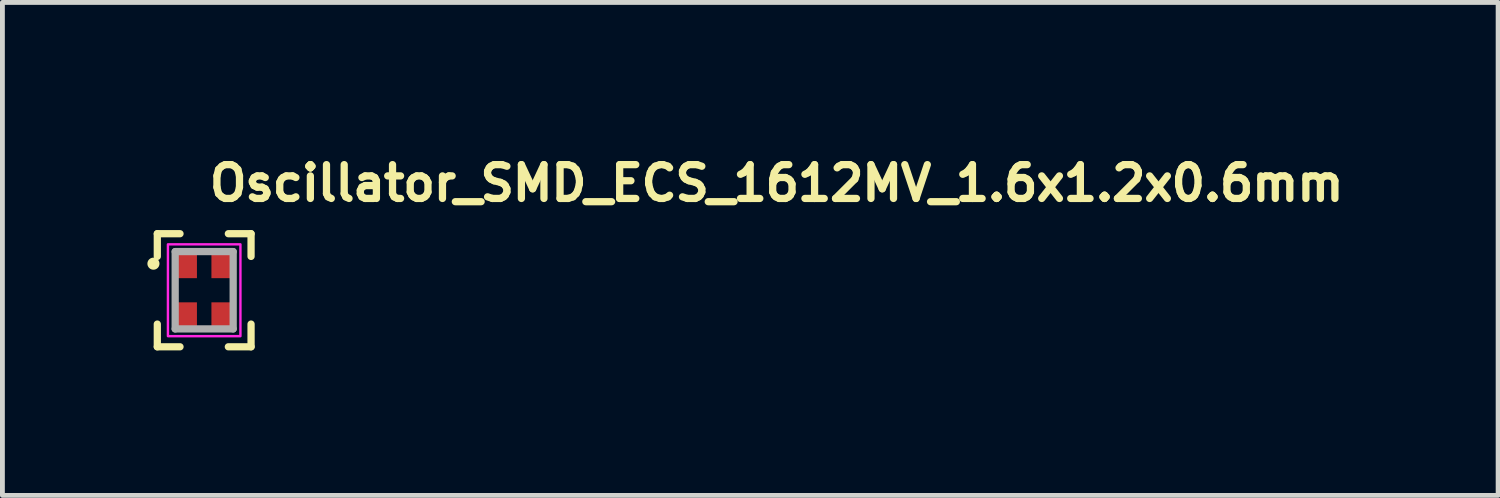
<source format=kicad_pcb>
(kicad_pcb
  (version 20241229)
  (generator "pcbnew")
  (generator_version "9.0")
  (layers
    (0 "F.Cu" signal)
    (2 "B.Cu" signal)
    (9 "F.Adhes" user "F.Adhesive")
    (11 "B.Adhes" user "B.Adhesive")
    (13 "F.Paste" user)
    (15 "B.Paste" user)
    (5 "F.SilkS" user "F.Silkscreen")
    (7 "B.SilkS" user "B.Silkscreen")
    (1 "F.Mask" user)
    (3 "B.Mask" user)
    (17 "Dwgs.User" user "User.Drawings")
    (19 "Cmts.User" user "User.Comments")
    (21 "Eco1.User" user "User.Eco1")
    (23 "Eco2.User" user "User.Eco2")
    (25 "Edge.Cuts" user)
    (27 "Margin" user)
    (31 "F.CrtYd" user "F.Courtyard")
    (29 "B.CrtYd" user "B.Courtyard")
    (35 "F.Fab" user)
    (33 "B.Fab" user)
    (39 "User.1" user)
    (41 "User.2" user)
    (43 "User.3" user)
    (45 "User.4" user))
  (footprint "Oscillator_SMD_ECS_1612MV_1.6x1.2x0.6mm"
    (layer "F.Cu")
    (at 1.175 2.956)
    (property "Reference" "Oscillator_SMD_ECS_1612MV_1.6x1.2x0.6mm" (at 0.032 -1.806 0) (layer "F.SilkS") (effects (font (size 0.7 0.7) (thickness 0.15)) (justify left bottom)))
    (attr smd)
    (fp_line (start -0.97 -1.17) (end -0.5 -1.17) (stroke (width 0.15) (type solid)) (layer "F.SilkS"))
    (fp_line (start -0.97 -0.7) (end -0.97 -1.17) (stroke (width 0.15) (type solid)) (layer "F.SilkS"))
    (fp_line (start -0.97 0.7) (end -0.97 1.17) (stroke (width 0.15) (type solid)) (layer "F.SilkS"))
    (fp_line (start -0.97 1.17) (end -0.5 1.17) (stroke (width 0.15) (type solid)) (layer "F.SilkS"))
    (fp_line (start 0.97 -1.17) (end 0.5 -1.17) (stroke (width 0.15) (type solid)) (layer "F.SilkS"))
    (fp_line (start 0.97 -0.7) (end 0.97 -1.17) (stroke (width 0.15) (type solid)) (layer "F.SilkS"))
    (fp_line (start 0.97 0.7) (end 0.97 1.17) (stroke (width 0.15) (type solid)) (layer "F.SilkS"))
    (fp_line (start 0.97 1.17) (end 0.5 1.17) (stroke (width 0.15) (type solid)) (layer "F.SilkS"))
    (fp_circle (center -1.05 -0.55) (end -1 -0.55) (stroke (width 0.15) (type solid)) (fill yes) (layer "F.SilkS"))
    (fp_rect (start -0.75 -0.95) (end 0.75 0.95) (stroke (width 0.05) (type solid)) (fill no) (layer "F.CrtYd"))
    (fp_line (start -0.6 -0.8) (end 0.6 -0.8) (stroke (width 0.15) (type solid)) (layer "F.Fab"))
    (fp_line (start -0.6 0.8) (end -0.6 -0.8) (stroke (width 0.15) (type solid)) (layer "F.Fab"))
    (fp_line (start 0.6 -0.8) (end 0.6 0.8) (stroke (width 0.15) (type solid)) (layer "F.Fab"))
    (fp_line (start 0.6 0.8) (end -0.6 0.8) (stroke (width 0.15) (type solid)) (layer "F.Fab"))
    (fp_rect (start -0.6 -0.8) (end 0.6 0.8) (stroke (width 0.1) (type solid)) (fill no) (layer "User.5"))
    (fp_line (start -0.6 0.8) (end -0.6 -0.8) (stroke (width 0.02) (type solid)) (layer "User.9"))
    (fp_line (start -0.55 -0.682) (end -0.549 -0.686) (stroke (width 0.02) (type solid)) (layer "User.9"))
    (fp_line (start -0.55 -0.679) (end -0.55 -0.682) (stroke (width 0.02) (type solid)) (layer "User.9"))
    (fp_line (start -0.55 -0.675) (end -0.55 -0.679) (stroke (width 0.02) (type solid)) (layer "User.9"))
    (fp_line (start -0.55 0.675) (end -0.55 -0.675) (stroke (width 0.02) (type solid)) (layer "User.9"))
    (fp_line (start -0.55 0.679) (end -0.55 0.675) (stroke (width 0.02) (type solid)) (layer "User.9"))
    (fp_line (start -0.55 0.682) (end -0.55 0.679) (stroke (width 0.02) (type solid)) (layer "User.9"))
    (fp_line (start -0.549 -0.69) (end -0.548 -0.693) (stroke (width 0.02) (type solid)) (layer "User.9"))
    (fp_line (start -0.549 -0.686) (end -0.549 -0.69) (stroke (width 0.02) (type solid)) (layer "User.9"))
    (fp_line (start -0.549 0.686) (end -0.55 0.682) (stroke (width 0.02) (type solid)) (layer "User.9"))
    (fp_line (start -0.549 0.69) (end -0.549 0.686) (stroke (width 0.02) (type solid)) (layer "User.9"))
    (fp_line (start -0.548 -0.693) (end -0.547 -0.697) (stroke (width 0.02) (type solid)) (layer "User.9"))
    (fp_line (start -0.548 0.693) (end -0.549 0.69) (stroke (width 0.02) (type solid)) (layer "User.9"))
    (fp_line (start -0.547 -0.697) (end -0.546 -0.7) (stroke (width 0.02) (type solid)) (layer "User.9"))
    (fp_line (start -0.547 0.697) (end -0.548 0.693) (stroke (width 0.02) (type solid)) (layer "User.9"))
    (fp_line (start -0.546 -0.7) (end -0.544 -0.704) (stroke (width 0.02) (type solid)) (layer "User.9"))
    (fp_line (start -0.546 0.7) (end -0.547 0.697) (stroke (width 0.02) (type solid)) (layer "User.9"))
    (fp_line (start -0.544 -0.704) (end -0.543 -0.707) (stroke (width 0.02) (type solid)) (layer "User.9"))
    (fp_line (start -0.544 0.704) (end -0.546 0.7) (stroke (width 0.02) (type solid)) (layer "User.9"))
    (fp_line (start -0.543 -0.707) (end -0.541 -0.71) (stroke (width 0.02) (type solid)) (layer "User.9"))
    (fp_line (start -0.543 0.707) (end -0.544 0.704) (stroke (width 0.02) (type solid)) (layer "User.9"))
    (fp_line (start -0.541 -0.71) (end -0.539 -0.714) (stroke (width 0.02) (type solid)) (layer "User.9"))
    (fp_line (start -0.541 0.71) (end -0.543 0.707) (stroke (width 0.02) (type solid)) (layer "User.9"))
    (fp_line (start -0.539 -0.714) (end -0.537 -0.717) (stroke (width 0.02) (type solid)) (layer "User.9"))
    (fp_line (start -0.539 0.714) (end -0.541 0.71) (stroke (width 0.02) (type solid)) (layer "User.9"))
    (fp_line (start -0.537 -0.717) (end -0.535 -0.72) (stroke (width 0.02) (type solid)) (layer "User.9"))
    (fp_line (start -0.537 0.717) (end -0.539 0.714) (stroke (width 0.02) (type solid)) (layer "User.9"))
    (fp_line (start -0.535 -0.72) (end -0.533 -0.723) (stroke (width 0.02) (type solid)) (layer "User.9"))
    (fp_line (start -0.535 0.72) (end -0.537 0.717) (stroke (width 0.02) (type solid)) (layer "User.9"))
    (fp_line (start -0.533 -0.723) (end -0.531 -0.725) (stroke (width 0.02) (type solid)) (layer "User.9"))
    (fp_line (start -0.533 0.723) (end -0.535 0.72) (stroke (width 0.02) (type solid)) (layer "User.9"))
    (fp_line (start -0.531 -0.725) (end -0.528 -0.728) (stroke (width 0.02) (type solid)) (layer "User.9"))
    (fp_line (start -0.531 0.725) (end -0.533 0.723) (stroke (width 0.02) (type solid)) (layer "User.9"))
    (fp_line (start -0.528 -0.728) (end -0.525 -0.731) (stroke (width 0.02) (type solid)) (layer "User.9"))
    (fp_line (start -0.528 0.728) (end -0.531 0.725) (stroke (width 0.02) (type solid)) (layer "User.9"))
    (fp_line (start -0.525 -0.731) (end -0.523 -0.733) (stroke (width 0.02) (type solid)) (layer "User.9"))
    (fp_line (start -0.525 0.731) (end -0.528 0.728) (stroke (width 0.02) (type solid)) (layer "User.9"))
    (fp_line (start -0.523 -0.733) (end -0.52 -0.735) (stroke (width 0.02) (type solid)) (layer "User.9"))
    (fp_line (start -0.523 0.733) (end -0.525 0.731) (stroke (width 0.02) (type solid)) (layer "User.9"))
    (fp_line (start -0.52 -0.735) (end -0.517 -0.737) (stroke (width 0.02) (type solid)) (layer "User.9"))
    (fp_line (start -0.52 0.735) (end -0.523 0.733) (stroke (width 0.02) (type solid)) (layer "User.9"))
    (fp_line (start -0.517 -0.737) (end -0.514 -0.739) (stroke (width 0.02) (type solid)) (layer "User.9"))
    (fp_line (start -0.517 0.737) (end -0.52 0.735) (stroke (width 0.02) (type solid)) (layer "User.9"))
    (fp_line (start -0.514 -0.739) (end -0.51 -0.741) (stroke (width 0.02) (type solid)) (layer "User.9"))
    (fp_line (start -0.514 0.739) (end -0.517 0.737) (stroke (width 0.02) (type solid)) (layer "User.9"))
    (fp_line (start -0.51 -0.741) (end -0.507 -0.743) (stroke (width 0.02) (type solid)) (layer "User.9"))
    (fp_line (start -0.51 0.741) (end -0.514 0.739) (stroke (width 0.02) (type solid)) (layer "User.9"))
    (fp_line (start -0.507 -0.743) (end -0.504 -0.744) (stroke (width 0.02) (type solid)) (layer "User.9"))
    (fp_line (start -0.507 0.743) (end -0.51 0.741) (stroke (width 0.02) (type solid)) (layer "User.9"))
    (fp_line (start -0.504 -0.744) (end -0.5 -0.746) (stroke (width 0.02) (type solid)) (layer "User.9"))
    (fp_line (start -0.504 0.744) (end -0.507 0.743) (stroke (width 0.02) (type solid)) (layer "User.9"))
    (fp_line (start -0.5 -0.746) (end -0.497 -0.747) (stroke (width 0.02) (type solid)) (layer "User.9"))
    (fp_line (start -0.5 0.746) (end -0.504 0.744) (stroke (width 0.02) (type solid)) (layer "User.9"))
    (fp_line (start -0.497 -0.747) (end -0.493 -0.748) (stroke (width 0.02) (type solid)) (layer "User.9"))
    (fp_line (start -0.497 0.747) (end -0.5 0.746) (stroke (width 0.02) (type solid)) (layer "User.9"))
    (fp_line (start -0.493 -0.748) (end -0.49 -0.749) (stroke (width 0.02) (type solid)) (layer "User.9"))
    (fp_line (start -0.493 0.748) (end -0.497 0.747) (stroke (width 0.02) (type solid)) (layer "User.9"))
    (fp_line (start -0.49 -0.749) (end -0.486 -0.749) (stroke (width 0.02) (type solid)) (layer "User.9"))
    (fp_line (start -0.49 0.749) (end -0.493 0.748) (stroke (width 0.02) (type solid)) (layer "User.9"))
    (fp_line (start -0.486 -0.749) (end -0.482 -0.75) (stroke (width 0.02) (type solid)) (layer "User.9"))
    (fp_line (start -0.486 0.749) (end -0.49 0.749) (stroke (width 0.02) (type solid)) (layer "User.9"))
    (fp_line (start -0.482 -0.75) (end -0.479 -0.75) (stroke (width 0.02) (type solid)) (layer "User.9"))
    (fp_line (start -0.482 0.75) (end -0.486 0.749) (stroke (width 0.02) (type solid)) (layer "User.9"))
    (fp_line (start -0.479 -0.75) (end -0.475 -0.75) (stroke (width 0.02) (type solid)) (layer "User.9"))
    (fp_line (start -0.479 0.75) (end -0.482 0.75) (stroke (width 0.02) (type solid)) (layer "User.9"))
    (fp_line (start -0.475 -0.75) (end 0.475 -0.75) (stroke (width 0.02) (type solid)) (layer "User.9"))
    (fp_line (start -0.475 -0.607) (end -0.475 -0.604) (stroke (width 0.02) (type solid)) (layer "User.9"))
    (fp_line (start -0.475 -0.607) (end -0.475 -0.604) (stroke (width 0.02) (type solid)) (layer "User.9"))
    (fp_line (start -0.475 -0.604) (end -0.475 -0.6) (stroke (width 0.02) (type solid)) (layer "User.9"))
    (fp_line (start -0.475 -0.604) (end -0.475 -0.6) (stroke (width 0.02) (type solid)) (layer "User.9"))
    (fp_line (start -0.475 -0.6) (end -0.475 0.6) (stroke (width 0.02) (type solid)) (layer "User.9"))
    (fp_line (start -0.475 -0.6) (end -0.475 0.6) (stroke (width 0.02) (type solid)) (layer "User.9"))
    (fp_line (start -0.475 0.6) (end -0.475 0.604) (stroke (width 0.02) (type solid)) (layer "User.9"))
    (fp_line (start -0.475 0.604) (end -0.475 0.6) (stroke (width 0.02) (type solid)) (layer "User.9"))
    (fp_line (start -0.475 0.604) (end -0.475 0.607) (stroke (width 0.02) (type solid)) (layer "User.9"))
    (fp_line (start -0.475 0.607) (end -0.475 0.604) (stroke (width 0.02) (type solid)) (layer "User.9"))
    (fp_line (start -0.475 0.607) (end -0.474 0.611) (stroke (width 0.02) (type solid)) (layer "User.9"))
    (fp_line (start -0.475 0.75) (end -0.479 0.75) (stroke (width 0.02) (type solid)) (layer "User.9"))
    (fp_line (start -0.474 -0.615) (end -0.474 -0.611) (stroke (width 0.02) (type solid)) (layer "User.9"))
    (fp_line (start -0.474 -0.615) (end -0.474 -0.611) (stroke (width 0.02) (type solid)) (layer "User.9"))
    (fp_line (start -0.474 -0.611) (end -0.475 -0.607) (stroke (width 0.02) (type solid)) (layer "User.9"))
    (fp_line (start -0.474 -0.611) (end -0.475 -0.607) (stroke (width 0.02) (type solid)) (layer "User.9"))
    (fp_line (start -0.474 0.611) (end -0.475 0.607) (stroke (width 0.02) (type solid)) (layer "User.9"))
    (fp_line (start -0.474 0.611) (end -0.474 0.615) (stroke (width 0.02) (type solid)) (layer "User.9"))
    (fp_line (start -0.474 0.615) (end -0.474 0.611) (stroke (width 0.02) (type solid)) (layer "User.9"))
    (fp_line (start -0.474 0.615) (end -0.473 0.618) (stroke (width 0.02) (type solid)) (layer "User.9"))
    (fp_line (start -0.473 -0.618) (end -0.474 -0.615) (stroke (width 0.02) (type solid)) (layer "User.9"))
    (fp_line (start -0.473 -0.618) (end -0.474 -0.615) (stroke (width 0.02) (type solid)) (layer "User.9"))
    (fp_line (start -0.473 0.618) (end -0.474 0.615) (stroke (width 0.02) (type solid)) (layer "User.9"))
    (fp_line (start -0.473 0.618) (end -0.472 0.622) (stroke (width 0.02) (type solid)) (layer "User.9"))
    (fp_line (start -0.472 -0.622) (end -0.473 -0.618) (stroke (width 0.02) (type solid)) (layer "User.9"))
    (fp_line (start -0.472 -0.622) (end -0.473 -0.618) (stroke (width 0.02) (type solid)) (layer "User.9"))
    (fp_line (start -0.472 0.622) (end -0.473 0.618) (stroke (width 0.02) (type solid)) (layer "User.9"))
    (fp_line (start -0.472 0.622) (end -0.471 0.625) (stroke (width 0.02) (type solid)) (layer "User.9"))
    (fp_line (start -0.471 -0.625) (end -0.472 -0.622) (stroke (width 0.02) (type solid)) (layer "User.9"))
    (fp_line (start -0.471 -0.625) (end -0.472 -0.622) (stroke (width 0.02) (type solid)) (layer "User.9"))
    (fp_line (start -0.471 0.625) (end -0.472 0.622) (stroke (width 0.02) (type solid)) (layer "User.9"))
    (fp_line (start -0.471 0.625) (end -0.469 0.629) (stroke (width 0.02) (type solid)) (layer "User.9"))
    (fp_line (start -0.469 -0.629) (end -0.471 -0.625) (stroke (width 0.02) (type solid)) (layer "User.9"))
    (fp_line (start -0.469 -0.629) (end -0.471 -0.625) (stroke (width 0.02) (type solid)) (layer "User.9"))
    (fp_line (start -0.469 0.629) (end -0.471 0.625) (stroke (width 0.02) (type solid)) (layer "User.9"))
    (fp_line (start -0.469 0.629) (end -0.468 0.632) (stroke (width 0.02) (type solid)) (layer "User.9"))
    (fp_line (start -0.468 -0.632) (end -0.469 -0.629) (stroke (width 0.02) (type solid)) (layer "User.9"))
    (fp_line (start -0.468 -0.632) (end -0.469 -0.629) (stroke (width 0.02) (type solid)) (layer "User.9"))
    (fp_line (start -0.468 0.632) (end -0.469 0.629) (stroke (width 0.02) (type solid)) (layer "User.9"))
    (fp_line (start -0.468 0.632) (end -0.466 0.635) (stroke (width 0.02) (type solid)) (layer "User.9"))
    (fp_line (start -0.466 -0.635) (end -0.468 -0.632) (stroke (width 0.02) (type solid)) (layer "User.9"))
    (fp_line (start -0.466 -0.635) (end -0.468 -0.632) (stroke (width 0.02) (type solid)) (layer "User.9"))
    (fp_line (start -0.466 0.635) (end -0.468 0.632) (stroke (width 0.02) (type solid)) (layer "User.9"))
    (fp_line (start -0.466 0.635) (end -0.464 0.639) (stroke (width 0.02) (type solid)) (layer "User.9"))
    (fp_line (start -0.464 -0.639) (end -0.466 -0.635) (stroke (width 0.02) (type solid)) (layer "User.9"))
    (fp_line (start -0.464 -0.639) (end -0.466 -0.635) (stroke (width 0.02) (type solid)) (layer "User.9"))
    (fp_line (start -0.464 0.639) (end -0.466 0.635) (stroke (width 0.02) (type solid)) (layer "User.9"))
    (fp_line (start -0.464 0.639) (end -0.462 0.642) (stroke (width 0.02) (type solid)) (layer "User.9"))
    (fp_line (start -0.462 -0.642) (end -0.464 -0.639) (stroke (width 0.02) (type solid)) (layer "User.9"))
    (fp_line (start -0.462 -0.642) (end -0.464 -0.639) (stroke (width 0.02) (type solid)) (layer "User.9"))
    (fp_line (start -0.462 0.642) (end -0.464 0.639) (stroke (width 0.02) (type solid)) (layer "User.9"))
    (fp_line (start -0.462 0.642) (end -0.46 0.645) (stroke (width 0.02) (type solid)) (layer "User.9"))
    (fp_line (start -0.46 -0.645) (end -0.462 -0.642) (stroke (width 0.02) (type solid)) (layer "User.9"))
    (fp_line (start -0.46 -0.645) (end -0.462 -0.642) (stroke (width 0.02) (type solid)) (layer "User.9"))
    (fp_line (start -0.46 0.645) (end -0.462 0.642) (stroke (width 0.02) (type solid)) (layer "User.9"))
    (fp_line (start -0.46 0.645) (end -0.458 0.648) (stroke (width 0.02) (type solid)) (layer "User.9"))
    (fp_line (start -0.458 -0.648) (end -0.46 -0.645) (stroke (width 0.02) (type solid)) (layer "User.9"))
    (fp_line (start -0.458 -0.648) (end -0.46 -0.645) (stroke (width 0.02) (type solid)) (layer "User.9"))
    (fp_line (start -0.458 0.648) (end -0.46 0.645) (stroke (width 0.02) (type solid)) (layer "User.9"))
    (fp_line (start -0.458 0.648) (end -0.456 0.65) (stroke (width 0.02) (type solid)) (layer "User.9"))
    (fp_line (start -0.456 -0.65) (end -0.458 -0.648) (stroke (width 0.02) (type solid)) (layer "User.9"))
    (fp_line (start -0.456 -0.65) (end -0.458 -0.648) (stroke (width 0.02) (type solid)) (layer "User.9"))
    (fp_line (start -0.456 0.65) (end -0.458 0.648) (stroke (width 0.02) (type solid)) (layer "User.9"))
    (fp_line (start -0.456 0.65) (end -0.453 0.653) (stroke (width 0.02) (type solid)) (layer "User.9"))
    (fp_line (start -0.453 -0.653) (end -0.456 -0.65) (stroke (width 0.02) (type solid)) (layer "User.9"))
    (fp_line (start -0.453 -0.653) (end -0.456 -0.65) (stroke (width 0.02) (type solid)) (layer "User.9"))
    (fp_line (start -0.453 0.653) (end -0.456 0.65) (stroke (width 0.02) (type solid)) (layer "User.9"))
    (fp_line (start -0.453 0.653) (end -0.45 0.656) (stroke (width 0.02) (type solid)) (layer "User.9"))
    (fp_line (start -0.45 -0.656) (end -0.453 -0.653) (stroke (width 0.02) (type solid)) (layer "User.9"))
    (fp_line (start -0.45 -0.656) (end -0.453 -0.653) (stroke (width 0.02) (type solid)) (layer "User.9"))
    (fp_line (start -0.45 0.656) (end -0.453 0.653) (stroke (width 0.02) (type solid)) (layer "User.9"))
    (fp_line (start -0.45 0.656) (end -0.448 0.658) (stroke (width 0.02) (type solid)) (layer "User.9"))
    (fp_line (start -0.448 -0.658) (end -0.45 -0.656) (stroke (width 0.02) (type solid)) (layer "User.9"))
    (fp_line (start -0.448 -0.658) (end -0.45 -0.656) (stroke (width 0.02) (type solid)) (layer "User.9"))
    (fp_line (start -0.448 0.658) (end -0.45 0.656) (stroke (width 0.02) (type solid)) (layer "User.9"))
    (fp_line (start -0.448 0.658) (end -0.445 0.66) (stroke (width 0.02) (type solid)) (layer "User.9"))
    (fp_line (start -0.445 -0.66) (end -0.448 -0.658) (stroke (width 0.02) (type solid)) (layer "User.9"))
    (fp_line (start -0.445 -0.66) (end -0.448 -0.658) (stroke (width 0.02) (type solid)) (layer "User.9"))
    (fp_line (start -0.445 0.66) (end -0.448 0.658) (stroke (width 0.02) (type solid)) (layer "User.9"))
    (fp_line (start -0.445 0.66) (end -0.442 0.662) (stroke (width 0.02) (type solid)) (layer "User.9"))
    (fp_line (start -0.442 -0.662) (end -0.445 -0.66) (stroke (width 0.02) (type solid)) (layer "User.9"))
    (fp_line (start -0.442 -0.662) (end -0.445 -0.66) (stroke (width 0.02) (type solid)) (layer "User.9"))
    (fp_line (start -0.442 0.662) (end -0.445 0.66) (stroke (width 0.02) (type solid)) (layer "User.9"))
    (fp_line (start -0.442 0.662) (end -0.439 0.664) (stroke (width 0.02) (type solid)) (layer "User.9"))
    (fp_line (start -0.439 -0.664) (end -0.442 -0.662) (stroke (width 0.02) (type solid)) (layer "User.9"))
    (fp_line (start -0.439 -0.664) (end -0.442 -0.662) (stroke (width 0.02) (type solid)) (layer "User.9"))
    (fp_line (start -0.439 0.664) (end -0.442 0.662) (stroke (width 0.02) (type solid)) (layer "User.9"))
    (fp_line (start -0.439 0.664) (end -0.435 0.666) (stroke (width 0.02) (type solid)) (layer "User.9"))
    (fp_line (start -0.435 -0.666) (end -0.439 -0.664) (stroke (width 0.02) (type solid)) (layer "User.9"))
    (fp_line (start -0.435 -0.666) (end -0.439 -0.664) (stroke (width 0.02) (type solid)) (layer "User.9"))
    (fp_line (start -0.435 0.666) (end -0.439 0.664) (stroke (width 0.02) (type solid)) (layer "User.9"))
    (fp_line (start -0.435 0.666) (end -0.432 0.668) (stroke (width 0.02) (type solid)) (layer "User.9"))
    (fp_line (start -0.432 -0.668) (end -0.435 -0.666) (stroke (width 0.02) (type solid)) (layer "User.9"))
    (fp_line (start -0.432 -0.668) (end -0.435 -0.666) (stroke (width 0.02) (type solid)) (layer "User.9"))
    (fp_line (start -0.432 0.668) (end -0.435 0.666) (stroke (width 0.02) (type solid)) (layer "User.9"))
    (fp_line (start -0.432 0.668) (end -0.429 0.669) (stroke (width 0.02) (type solid)) (layer "User.9"))
    (fp_line (start -0.429 -0.669) (end -0.432 -0.668) (stroke (width 0.02) (type solid)) (layer "User.9"))
    (fp_line (start -0.429 -0.669) (end -0.432 -0.668) (stroke (width 0.02) (type solid)) (layer "User.9"))
    (fp_line (start -0.429 0.669) (end -0.432 0.668) (stroke (width 0.02) (type solid)) (layer "User.9"))
    (fp_line (start -0.429 0.669) (end -0.425 0.671) (stroke (width 0.02) (type solid)) (layer "User.9"))
    (fp_line (start -0.425 -0.671) (end -0.429 -0.669) (stroke (width 0.02) (type solid)) (layer "User.9"))
    (fp_line (start -0.425 -0.671) (end -0.429 -0.669) (stroke (width 0.02) (type solid)) (layer "User.9"))
    (fp_line (start -0.425 0.671) (end -0.429 0.669) (stroke (width 0.02) (type solid)) (layer "User.9"))
    (fp_line (start -0.425 0.671) (end -0.422 0.672) (stroke (width 0.02) (type solid)) (layer "User.9"))
    (fp_line (start -0.422 -0.672) (end -0.425 -0.671) (stroke (width 0.02) (type solid)) (layer "User.9"))
    (fp_line (start -0.422 -0.672) (end -0.425 -0.671) (stroke (width 0.02) (type solid)) (layer "User.9"))
    (fp_line (start -0.422 0.672) (end -0.425 0.671) (stroke (width 0.02) (type solid)) (layer "User.9"))
    (fp_line (start -0.422 0.672) (end -0.418 0.673) (stroke (width 0.02) (type solid)) (layer "User.9"))
    (fp_line (start -0.418 -0.673) (end -0.422 -0.672) (stroke (width 0.02) (type solid)) (layer "User.9"))
    (fp_line (start -0.418 -0.673) (end -0.422 -0.672) (stroke (width 0.02) (type solid)) (layer "User.9"))
    (fp_line (start -0.418 0.673) (end -0.422 0.672) (stroke (width 0.02) (type solid)) (layer "User.9"))
    (fp_line (start -0.418 0.673) (end -0.415 0.674) (stroke (width 0.02) (type solid)) (layer "User.9"))
    (fp_line (start -0.415 -0.674) (end -0.418 -0.673) (stroke (width 0.02) (type solid)) (layer "User.9"))
    (fp_line (start -0.415 -0.674) (end -0.418 -0.673) (stroke (width 0.02) (type solid)) (layer "User.9"))
    (fp_line (start -0.415 0.674) (end -0.418 0.673) (stroke (width 0.02) (type solid)) (layer "User.9"))
    (fp_line (start -0.415 0.674) (end -0.411 0.674) (stroke (width 0.02) (type solid)) (layer "User.9"))
    (fp_line (start -0.411 -0.674) (end -0.415 -0.674) (stroke (width 0.02) (type solid)) (layer "User.9"))
    (fp_line (start -0.411 -0.674) (end -0.415 -0.674) (stroke (width 0.02) (type solid)) (layer "User.9"))
    (fp_line (start -0.411 0.674) (end -0.415 0.674) (stroke (width 0.02) (type solid)) (layer "User.9"))
    (fp_line (start -0.411 0.674) (end -0.407 0.675) (stroke (width 0.02) (type solid)) (layer "User.9"))
    (fp_line (start -0.407 -0.675) (end -0.411 -0.674) (stroke (width 0.02) (type solid)) (layer "User.9"))
    (fp_line (start -0.407 -0.675) (end -0.411 -0.674) (stroke (width 0.02) (type solid)) (layer "User.9"))
    (fp_line (start -0.407 0.675) (end -0.411 0.674) (stroke (width 0.02) (type solid)) (layer "User.9"))
    (fp_line (start -0.407 0.675) (end -0.404 0.675) (stroke (width 0.02) (type solid)) (layer "User.9"))
    (fp_line (start -0.404 -0.675) (end -0.407 -0.675) (stroke (width 0.02) (type solid)) (layer "User.9"))
    (fp_line (start -0.404 -0.675) (end -0.407 -0.675) (stroke (width 0.02) (type solid)) (layer "User.9"))
    (fp_line (start -0.404 0.675) (end -0.407 0.675) (stroke (width 0.02) (type solid)) (layer "User.9"))
    (fp_line (start -0.404 0.675) (end -0.4 0.675) (stroke (width 0.02) (type solid)) (layer "User.9"))
    (fp_line (start -0.4 -0.675) (end -0.404 -0.675) (stroke (width 0.02) (type solid)) (layer "User.9"))
    (fp_line (start -0.4 -0.675) (end -0.404 -0.675) (stroke (width 0.02) (type solid)) (layer "User.9"))
    (fp_line (start -0.4 0.675) (end -0.404 0.675) (stroke (width 0.02) (type solid)) (layer "User.9"))
    (fp_line (start -0.4 0.675) (end 0.4 0.675) (stroke (width 0.02) (type solid)) (layer "User.9"))
    (fp_line (start 0.4 -0.675) (end -0.4 -0.675) (stroke (width 0.02) (type solid)) (layer "User.9"))
    (fp_line (start 0.4 -0.675) (end -0.4 -0.675) (stroke (width 0.02) (type solid)) (layer "User.9"))
    (fp_line (start 0.4 -0.675) (end 0.404 -0.675) (stroke (width 0.02) (type solid)) (layer "User.9"))
    (fp_line (start 0.4 0.675) (end -0.4 0.675) (stroke (width 0.02) (type solid)) (layer "User.9"))
    (fp_line (start 0.4 0.675) (end 0.404 0.675) (stroke (width 0.02) (type solid)) (layer "User.9"))
    (fp_line (start 0.404 -0.675) (end 0.4 -0.675) (stroke (width 0.02) (type solid)) (layer "User.9"))
    (fp_line (start 0.404 -0.675) (end 0.407 -0.675) (stroke (width 0.02) (type solid)) (layer "User.9"))
    (fp_line (start 0.404 0.675) (end 0.4 0.675) (stroke (width 0.02) (type solid)) (layer "User.9"))
    (fp_line (start 0.404 0.675) (end 0.407 0.675) (stroke (width 0.02) (type solid)) (layer "User.9"))
    (fp_line (start 0.407 -0.675) (end 0.404 -0.675) (stroke (width 0.02) (type solid)) (layer "User.9"))
    (fp_line (start 0.407 -0.675) (end 0.411 -0.674) (stroke (width 0.02) (type solid)) (layer "User.9"))
    (fp_line (start 0.407 0.675) (end 0.404 0.675) (stroke (width 0.02) (type solid)) (layer "User.9"))
    (fp_line (start 0.407 0.675) (end 0.411 0.674) (stroke (width 0.02) (type solid)) (layer "User.9"))
    (fp_line (start 0.411 -0.674) (end 0.407 -0.675) (stroke (width 0.02) (type solid)) (layer "User.9"))
    (fp_line (start 0.411 -0.674) (end 0.415 -0.674) (stroke (width 0.02) (type solid)) (layer "User.9"))
    (fp_line (start 0.411 0.674) (end 0.407 0.675) (stroke (width 0.02) (type solid)) (layer "User.9"))
    (fp_line (start 0.411 0.674) (end 0.415 0.674) (stroke (width 0.02) (type solid)) (layer "User.9"))
    (fp_line (start 0.415 -0.674) (end 0.411 -0.674) (stroke (width 0.02) (type solid)) (layer "User.9"))
    (fp_line (start 0.415 -0.674) (end 0.418 -0.673) (stroke (width 0.02) (type solid)) (layer "User.9"))
    (fp_line (start 0.415 0.674) (end 0.411 0.674) (stroke (width 0.02) (type solid)) (layer "User.9"))
    (fp_line (start 0.415 0.674) (end 0.418 0.673) (stroke (width 0.02) (type solid)) (layer "User.9"))
    (fp_line (start 0.418 -0.673) (end 0.415 -0.674) (stroke (width 0.02) (type solid)) (layer "User.9"))
    (fp_line (start 0.418 -0.673) (end 0.422 -0.672) (stroke (width 0.02) (type solid)) (layer "User.9"))
    (fp_line (start 0.418 0.673) (end 0.415 0.674) (stroke (width 0.02) (type solid)) (layer "User.9"))
    (fp_line (start 0.418 0.673) (end 0.422 0.672) (stroke (width 0.02) (type solid)) (layer "User.9"))
    (fp_line (start 0.422 -0.672) (end 0.418 -0.673) (stroke (width 0.02) (type solid)) (layer "User.9"))
    (fp_line (start 0.422 -0.672) (end 0.425 -0.671) (stroke (width 0.02) (type solid)) (layer "User.9"))
    (fp_line (start 0.422 0.672) (end 0.418 0.673) (stroke (width 0.02) (type solid)) (layer "User.9"))
    (fp_line (start 0.422 0.672) (end 0.425 0.671) (stroke (width 0.02) (type solid)) (layer "User.9"))
    (fp_line (start 0.425 -0.671) (end 0.422 -0.672) (stroke (width 0.02) (type solid)) (layer "User.9"))
    (fp_line (start 0.425 -0.671) (end 0.429 -0.669) (stroke (width 0.02) (type solid)) (layer "User.9"))
    (fp_line (start 0.425 0.671) (end 0.422 0.672) (stroke (width 0.02) (type solid)) (layer "User.9"))
    (fp_line (start 0.425 0.671) (end 0.429 0.669) (stroke (width 0.02) (type solid)) (layer "User.9"))
    (fp_line (start 0.429 -0.669) (end 0.425 -0.671) (stroke (width 0.02) (type solid)) (layer "User.9"))
    (fp_line (start 0.429 -0.669) (end 0.432 -0.668) (stroke (width 0.02) (type solid)) (layer "User.9"))
    (fp_line (start 0.429 0.669) (end 0.425 0.671) (stroke (width 0.02) (type solid)) (layer "User.9"))
    (fp_line (start 0.429 0.669) (end 0.432 0.668) (stroke (width 0.02) (type solid)) (layer "User.9"))
    (fp_line (start 0.432 -0.668) (end 0.429 -0.669) (stroke (width 0.02) (type solid)) (layer "User.9"))
    (fp_line (start 0.432 -0.668) (end 0.435 -0.666) (stroke (width 0.02) (type solid)) (layer "User.9"))
    (fp_line (start 0.432 0.668) (end 0.429 0.669) (stroke (width 0.02) (type solid)) (layer "User.9"))
    (fp_line (start 0.432 0.668) (end 0.435 0.666) (stroke (width 0.02) (type solid)) (layer "User.9"))
    (fp_line (start 0.435 -0.666) (end 0.432 -0.668) (stroke (width 0.02) (type solid)) (layer "User.9"))
    (fp_line (start 0.435 -0.666) (end 0.439 -0.664) (stroke (width 0.02) (type solid)) (layer "User.9"))
    (fp_line (start 0.435 0.666) (end 0.432 0.668) (stroke (width 0.02) (type solid)) (layer "User.9"))
    (fp_line (start 0.435 0.666) (end 0.439 0.664) (stroke (width 0.02) (type solid)) (layer "User.9"))
    (fp_line (start 0.439 -0.664) (end 0.435 -0.666) (stroke (width 0.02) (type solid)) (layer "User.9"))
    (fp_line (start 0.439 -0.664) (end 0.442 -0.662) (stroke (width 0.02) (type solid)) (layer "User.9"))
    (fp_line (start 0.439 0.664) (end 0.435 0.666) (stroke (width 0.02) (type solid)) (layer "User.9"))
    (fp_line (start 0.439 0.664) (end 0.442 0.662) (stroke (width 0.02) (type solid)) (layer "User.9"))
    (fp_line (start 0.442 -0.662) (end 0.439 -0.664) (stroke (width 0.02) (type solid)) (layer "User.9"))
    (fp_line (start 0.442 -0.662) (end 0.445 -0.66) (stroke (width 0.02) (type solid)) (layer "User.9"))
    (fp_line (start 0.442 0.662) (end 0.439 0.664) (stroke (width 0.02) (type solid)) (layer "User.9"))
    (fp_line (start 0.442 0.662) (end 0.445 0.66) (stroke (width 0.02) (type solid)) (layer "User.9"))
    (fp_line (start 0.445 -0.66) (end 0.442 -0.662) (stroke (width 0.02) (type solid)) (layer "User.9"))
    (fp_line (start 0.445 -0.66) (end 0.448 -0.658) (stroke (width 0.02) (type solid)) (layer "User.9"))
    (fp_line (start 0.445 0.66) (end 0.442 0.662) (stroke (width 0.02) (type solid)) (layer "User.9"))
    (fp_line (start 0.445 0.66) (end 0.448 0.658) (stroke (width 0.02) (type solid)) (layer "User.9"))
    (fp_line (start 0.448 -0.658) (end 0.445 -0.66) (stroke (width 0.02) (type solid)) (layer "User.9"))
    (fp_line (start 0.448 -0.658) (end 0.45 -0.656) (stroke (width 0.02) (type solid)) (layer "User.9"))
    (fp_line (start 0.448 0.658) (end 0.445 0.66) (stroke (width 0.02) (type solid)) (layer "User.9"))
    (fp_line (start 0.448 0.658) (end 0.45 0.656) (stroke (width 0.02) (type solid)) (layer "User.9"))
    (fp_line (start 0.45 -0.656) (end 0.448 -0.658) (stroke (width 0.02) (type solid)) (layer "User.9"))
    (fp_line (start 0.45 -0.656) (end 0.453 -0.653) (stroke (width 0.02) (type solid)) (layer "User.9"))
    (fp_line (start 0.45 0.656) (end 0.448 0.658) (stroke (width 0.02) (type solid)) (layer "User.9"))
    (fp_line (start 0.45 0.656) (end 0.453 0.653) (stroke (width 0.02) (type solid)) (layer "User.9"))
    (fp_line (start 0.453 -0.653) (end 0.45 -0.656) (stroke (width 0.02) (type solid)) (layer "User.9"))
    (fp_line (start 0.453 -0.653) (end 0.456 -0.65) (stroke (width 0.02) (type solid)) (layer "User.9"))
    (fp_line (start 0.453 0.653) (end 0.45 0.656) (stroke (width 0.02) (type solid)) (layer "User.9"))
    (fp_line (start 0.453 0.653) (end 0.456 0.65) (stroke (width 0.02) (type solid)) (layer "User.9"))
    (fp_line (start 0.456 -0.65) (end 0.453 -0.653) (stroke (width 0.02) (type solid)) (layer "User.9"))
    (fp_line (start 0.456 -0.65) (end 0.458 -0.648) (stroke (width 0.02) (type solid)) (layer "User.9"))
    (fp_line (start 0.456 0.65) (end 0.453 0.653) (stroke (width 0.02) (type solid)) (layer "User.9"))
    (fp_line (start 0.456 0.65) (end 0.458 0.648) (stroke (width 0.02) (type solid)) (layer "User.9"))
    (fp_line (start 0.458 -0.648) (end 0.456 -0.65) (stroke (width 0.02) (type solid)) (layer "User.9"))
    (fp_line (start 0.458 -0.648) (end 0.46 -0.645) (stroke (width 0.02) (type solid)) (layer "User.9"))
    (fp_line (start 0.458 0.648) (end 0.456 0.65) (stroke (width 0.02) (type solid)) (layer "User.9"))
    (fp_line (start 0.458 0.648) (end 0.46 0.645) (stroke (width 0.02) (type solid)) (layer "User.9"))
    (fp_line (start 0.46 -0.645) (end 0.458 -0.648) (stroke (width 0.02) (type solid)) (layer "User.9"))
    (fp_line (start 0.46 -0.645) (end 0.462 -0.642) (stroke (width 0.02) (type solid)) (layer "User.9"))
    (fp_line (start 0.46 0.645) (end 0.458 0.648) (stroke (width 0.02) (type solid)) (layer "User.9"))
    (fp_line (start 0.46 0.645) (end 0.462 0.642) (stroke (width 0.02) (type solid)) (layer "User.9"))
    (fp_line (start 0.462 -0.642) (end 0.46 -0.645) (stroke (width 0.02) (type solid)) (layer "User.9"))
    (fp_line (start 0.462 -0.642) (end 0.464 -0.639) (stroke (width 0.02) (type solid)) (layer "User.9"))
    (fp_line (start 0.462 0.642) (end 0.46 0.645) (stroke (width 0.02) (type solid)) (layer "User.9"))
    (fp_line (start 0.462 0.642) (end 0.464 0.639) (stroke (width 0.02) (type solid)) (layer "User.9"))
    (fp_line (start 0.464 -0.639) (end 0.462 -0.642) (stroke (width 0.02) (type solid)) (layer "User.9"))
    (fp_line (start 0.464 -0.639) (end 0.466 -0.635) (stroke (width 0.02) (type solid)) (layer "User.9"))
    (fp_line (start 0.464 0.639) (end 0.462 0.642) (stroke (width 0.02) (type solid)) (layer "User.9"))
    (fp_line (start 0.464 0.639) (end 0.466 0.635) (stroke (width 0.02) (type solid)) (layer "User.9"))
    (fp_line (start 0.466 -0.635) (end 0.464 -0.639) (stroke (width 0.02) (type solid)) (layer "User.9"))
    (fp_line (start 0.466 -0.635) (end 0.468 -0.632) (stroke (width 0.02) (type solid)) (layer "User.9"))
    (fp_line (start 0.466 0.635) (end 0.464 0.639) (stroke (width 0.02) (type solid)) (layer "User.9"))
    (fp_line (start 0.466 0.635) (end 0.468 0.632) (stroke (width 0.02) (type solid)) (layer "User.9"))
    (fp_line (start 0.468 -0.632) (end 0.466 -0.635) (stroke (width 0.02) (type solid)) (layer "User.9"))
    (fp_line (start 0.468 -0.632) (end 0.469 -0.629) (stroke (width 0.02) (type solid)) (layer "User.9"))
    (fp_line (start 0.468 0.632) (end 0.466 0.635) (stroke (width 0.02) (type solid)) (layer "User.9"))
    (fp_line (start 0.468 0.632) (end 0.469 0.629) (stroke (width 0.02) (type solid)) (layer "User.9"))
    (fp_line (start 0.469 -0.629) (end 0.468 -0.632) (stroke (width 0.02) (type solid)) (layer "User.9"))
    (fp_line (start 0.469 -0.629) (end 0.471 -0.625) (stroke (width 0.02) (type solid)) (layer "User.9"))
    (fp_line (start 0.469 0.629) (end 0.468 0.632) (stroke (width 0.02) (type solid)) (layer "User.9"))
    (fp_line (start 0.469 0.629) (end 0.471 0.625) (stroke (width 0.02) (type solid)) (layer "User.9"))
    (fp_line (start 0.471 -0.625) (end 0.469 -0.629) (stroke (width 0.02) (type solid)) (layer "User.9"))
    (fp_line (start 0.471 -0.625) (end 0.472 -0.622) (stroke (width 0.02) (type solid)) (layer "User.9"))
    (fp_line (start 0.471 0.625) (end 0.469 0.629) (stroke (width 0.02) (type solid)) (layer "User.9"))
    (fp_line (start 0.471 0.625) (end 0.472 0.622) (stroke (width 0.02) (type solid)) (layer "User.9"))
    (fp_line (start 0.472 -0.622) (end 0.471 -0.625) (stroke (width 0.02) (type solid)) (layer "User.9"))
    (fp_line (start 0.472 -0.622) (end 0.473 -0.618) (stroke (width 0.02) (type solid)) (layer "User.9"))
    (fp_line (start 0.472 0.622) (end 0.471 0.625) (stroke (width 0.02) (type solid)) (layer "User.9"))
    (fp_line (start 0.472 0.622) (end 0.473 0.618) (stroke (width 0.02) (type solid)) (layer "User.9"))
    (fp_line (start 0.473 -0.618) (end 0.472 -0.622) (stroke (width 0.02) (type solid)) (layer "User.9"))
    (fp_line (start 0.473 -0.618) (end 0.474 -0.615) (stroke (width 0.02) (type solid)) (layer "User.9"))
    (fp_line (start 0.473 0.618) (end 0.472 0.622) (stroke (width 0.02) (type solid)) (layer "User.9"))
    (fp_line (start 0.473 0.618) (end 0.474 0.615) (stroke (width 0.02) (type solid)) (layer "User.9"))
    (fp_line (start 0.474 -0.615) (end 0.473 -0.618) (stroke (width 0.02) (type solid)) (layer "User.9"))
    (fp_line (start 0.474 -0.615) (end 0.474 -0.611) (stroke (width 0.02) (type solid)) (layer "User.9"))
    (fp_line (start 0.474 -0.611) (end 0.474 -0.615) (stroke (width 0.02) (type solid)) (layer "User.9"))
    (fp_line (start 0.474 -0.611) (end 0.475 -0.607) (stroke (width 0.02) (type solid)) (layer "User.9"))
    (fp_line (start 0.474 0.611) (end 0.474 0.615) (stroke (width 0.02) (type solid)) (layer "User.9"))
    (fp_line (start 0.474 0.611) (end 0.475 0.607) (stroke (width 0.02) (type solid)) (layer "User.9"))
    (fp_line (start 0.474 0.615) (end 0.473 0.618) (stroke (width 0.02) (type solid)) (layer "User.9"))
    (fp_line (start 0.474 0.615) (end 0.474 0.611) (stroke (width 0.02) (type solid)) (layer "User.9"))
    (fp_line (start 0.475 -0.75) (end 0.479 -0.75) (stroke (width 0.02) (type solid)) (layer "User.9"))
    (fp_line (start 0.475 -0.607) (end 0.474 -0.611) (stroke (width 0.02) (type solid)) (layer "User.9"))
    (fp_line (start 0.475 -0.607) (end 0.475 -0.604) (stroke (width 0.02) (type solid)) (layer "User.9"))
    (fp_line (start 0.475 -0.604) (end 0.475 -0.607) (stroke (width 0.02) (type solid)) (layer "User.9"))
    (fp_line (start 0.475 -0.604) (end 0.475 -0.6) (stroke (width 0.02) (type solid)) (layer "User.9"))
    (fp_line (start 0.475 -0.6) (end 0.475 -0.604) (stroke (width 0.02) (type solid)) (layer "User.9"))
    (fp_line (start 0.475 -0.6) (end 0.475 0.6) (stroke (width 0.02) (type solid)) (layer "User.9"))
    (fp_line (start 0.475 0.6) (end 0.475 -0.6) (stroke (width 0.02) (type solid)) (layer "User.9"))
    (fp_line (start 0.475 0.6) (end 0.475 0.604) (stroke (width 0.02) (type solid)) (layer "User.9"))
    (fp_line (start 0.475 0.604) (end 0.475 0.6) (stroke (width 0.02) (type solid)) (layer "User.9"))
    (fp_line (start 0.475 0.604) (end 0.475 0.607) (stroke (width 0.02) (type solid)) (layer "User.9"))
    (fp_line (start 0.475 0.607) (end 0.474 0.611) (stroke (width 0.02) (type solid)) (layer "User.9"))
    (fp_line (start 0.475 0.607) (end 0.475 0.604) (stroke (width 0.02) (type solid)) (layer "User.9"))
    (fp_line (start 0.475 0.75) (end -0.475 0.75) (stroke (width 0.02) (type solid)) (layer "User.9"))
    (fp_line (start 0.479 -0.75) (end 0.482 -0.75) (stroke (width 0.02) (type solid)) (layer "User.9"))
    (fp_line (start 0.479 0.75) (end 0.475 0.75) (stroke (width 0.02) (type solid)) (layer "User.9"))
    (fp_line (start 0.482 -0.75) (end 0.486 -0.749) (stroke (width 0.02) (type solid)) (layer "User.9"))
    (fp_line (start 0.482 0.75) (end 0.479 0.75) (stroke (width 0.02) (type solid)) (layer "User.9"))
    (fp_line (start 0.486 -0.749) (end 0.49 -0.749) (stroke (width 0.02) (type solid)) (layer "User.9"))
    (fp_line (start 0.486 0.749) (end 0.482 0.75) (stroke (width 0.02) (type solid)) (layer "User.9"))
    (fp_line (start 0.49 -0.749) (end 0.493 -0.748) (stroke (width 0.02) (type solid)) (layer "User.9"))
    (fp_line (start 0.49 0.749) (end 0.486 0.749) (stroke (width 0.02) (type solid)) (layer "User.9"))
    (fp_line (start 0.493 -0.748) (end 0.497 -0.747) (stroke (width 0.02) (type solid)) (layer "User.9"))
    (fp_line (start 0.493 0.748) (end 0.49 0.749) (stroke (width 0.02) (type solid)) (layer "User.9"))
    (fp_line (start 0.497 -0.747) (end 0.5 -0.746) (stroke (width 0.02) (type solid)) (layer "User.9"))
    (fp_line (start 0.497 0.747) (end 0.493 0.748) (stroke (width 0.02) (type solid)) (layer "User.9"))
    (fp_line (start 0.5 -0.746) (end 0.504 -0.744) (stroke (width 0.02) (type solid)) (layer "User.9"))
    (fp_line (start 0.5 0.746) (end 0.497 0.747) (stroke (width 0.02) (type solid)) (layer "User.9"))
    (fp_line (start 0.504 -0.744) (end 0.507 -0.743) (stroke (width 0.02) (type solid)) (layer "User.9"))
    (fp_line (start 0.504 0.744) (end 0.5 0.746) (stroke (width 0.02) (type solid)) (layer "User.9"))
    (fp_line (start 0.507 -0.743) (end 0.51 -0.741) (stroke (width 0.02) (type solid)) (layer "User.9"))
    (fp_line (start 0.507 0.743) (end 0.504 0.744) (stroke (width 0.02) (type solid)) (layer "User.9"))
    (fp_line (start 0.51 -0.741) (end 0.514 -0.739) (stroke (width 0.02) (type solid)) (layer "User.9"))
    (fp_line (start 0.51 0.741) (end 0.507 0.743) (stroke (width 0.02) (type solid)) (layer "User.9"))
    (fp_line (start 0.514 -0.739) (end 0.517 -0.737) (stroke (width 0.02) (type solid)) (layer "User.9"))
    (fp_line (start 0.514 0.739) (end 0.51 0.741) (stroke (width 0.02) (type solid)) (layer "User.9"))
    (fp_line (start 0.517 -0.737) (end 0.52 -0.735) (stroke (width 0.02) (type solid)) (layer "User.9"))
    (fp_line (start 0.517 0.737) (end 0.514 0.739) (stroke (width 0.02) (type solid)) (layer "User.9"))
    (fp_line (start 0.52 -0.735) (end 0.523 -0.733) (stroke (width 0.02) (type solid)) (layer "User.9"))
    (fp_line (start 0.52 0.735) (end 0.517 0.737) (stroke (width 0.02) (type solid)) (layer "User.9"))
    (fp_line (start 0.523 -0.733) (end 0.525 -0.731) (stroke (width 0.02) (type solid)) (layer "User.9"))
    (fp_line (start 0.523 0.733) (end 0.52 0.735) (stroke (width 0.02) (type solid)) (layer "User.9"))
    (fp_line (start 0.525 -0.731) (end 0.528 -0.728) (stroke (width 0.02) (type solid)) (layer "User.9"))
    (fp_line (start 0.525 0.731) (end 0.523 0.733) (stroke (width 0.02) (type solid)) (layer "User.9"))
    (fp_line (start 0.528 -0.728) (end 0.531 -0.725) (stroke (width 0.02) (type solid)) (layer "User.9"))
    (fp_line (start 0.528 0.728) (end 0.525 0.731) (stroke (width 0.02) (type solid)) (layer "User.9"))
    (fp_line (start 0.531 -0.725) (end 0.533 -0.723) (stroke (width 0.02) (type solid)) (layer "User.9"))
    (fp_line (start 0.531 0.725) (end 0.528 0.728) (stroke (width 0.02) (type solid)) (layer "User.9"))
    (fp_line (start 0.533 -0.723) (end 0.535 -0.72) (stroke (width 0.02) (type solid)) (layer "User.9"))
    (fp_line (start 0.533 0.723) (end 0.531 0.725) (stroke (width 0.02) (type solid)) (layer "User.9"))
    (fp_line (start 0.535 -0.72) (end 0.537 -0.717) (stroke (width 0.02) (type solid)) (layer "User.9"))
    (fp_line (start 0.535 0.72) (end 0.533 0.723) (stroke (width 0.02) (type solid)) (layer "User.9"))
    (fp_line (start 0.537 -0.717) (end 0.539 -0.714) (stroke (width 0.02) (type solid)) (layer "User.9"))
    (fp_line (start 0.537 0.717) (end 0.535 0.72) (stroke (width 0.02) (type solid)) (layer "User.9"))
    (fp_line (start 0.539 -0.714) (end 0.541 -0.71) (stroke (width 0.02) (type solid)) (layer "User.9"))
    (fp_line (start 0.539 0.714) (end 0.537 0.717) (stroke (width 0.02) (type solid)) (layer "User.9"))
    (fp_line (start 0.541 -0.71) (end 0.543 -0.707) (stroke (width 0.02) (type solid)) (layer "User.9"))
    (fp_line (start 0.541 0.71) (end 0.539 0.714) (stroke (width 0.02) (type solid)) (layer "User.9"))
    (fp_line (start 0.543 -0.707) (end 0.544 -0.704) (stroke (width 0.02) (type solid)) (layer "User.9"))
    (fp_line (start 0.543 0.707) (end 0.541 0.71) (stroke (width 0.02) (type solid)) (layer "User.9"))
    (fp_line (start 0.544 -0.704) (end 0.546 -0.7) (stroke (width 0.02) (type solid)) (layer "User.9"))
    (fp_line (start 0.544 0.704) (end 0.543 0.707) (stroke (width 0.02) (type solid)) (layer "User.9"))
    (fp_line (start 0.546 -0.7) (end 0.547 -0.697) (stroke (width 0.02) (type solid)) (layer "User.9"))
    (fp_line (start 0.546 0.7) (end 0.544 0.704) (stroke (width 0.02) (type solid)) (layer "User.9"))
    (fp_line (start 0.547 -0.697) (end 0.548 -0.693) (stroke (width 0.02) (type solid)) (layer "User.9"))
    (fp_line (start 0.547 0.697) (end 0.546 0.7) (stroke (width 0.02) (type solid)) (layer "User.9"))
    (fp_line (start 0.548 -0.693) (end 0.549 -0.69) (stroke (width 0.02) (type solid)) (layer "User.9"))
    (fp_line (start 0.548 0.693) (end 0.547 0.697) (stroke (width 0.02) (type solid)) (layer "User.9"))
    (fp_line (start 0.549 -0.69) (end 0.549 -0.686) (stroke (width 0.02) (type solid)) (layer "User.9"))
    (fp_line (start 0.549 -0.686) (end 0.55 -0.682) (stroke (width 0.02) (type solid)) (layer "User.9"))
    (fp_line (start 0.549 0.686) (end 0.549 0.69) (stroke (width 0.02) (type solid)) (layer "User.9"))
    (fp_line (start 0.549 0.69) (end 0.548 0.693) (stroke (width 0.02) (type solid)) (layer "User.9"))
    (fp_line (start 0.55 -0.682) (end 0.55 -0.679) (stroke (width 0.02) (type solid)) (layer "User.9"))
    (fp_line (start 0.55 -0.679) (end 0.55 -0.675) (stroke (width 0.02) (type solid)) (layer "User.9"))
    (fp_line (start 0.55 -0.675) (end 0.55 0.675) (stroke (width 0.02) (type solid)) (layer "User.9"))
    (fp_line (start 0.55 0.675) (end 0.55 0.679) (stroke (width 0.02) (type solid)) (layer "User.9"))
    (fp_line (start 0.55 0.679) (end 0.55 0.682) (stroke (width 0.02) (type solid)) (layer "User.9"))
    (fp_line (start 0.55 0.682) (end 0.549 0.686) (stroke (width 0.02) (type solid)) (layer "User.9"))
    (fp_line (start 0.6 -0.8) (end -0.6 -0.8) (stroke (width 0.02) (type solid)) (layer "User.9"))
    (fp_line (start 0.6 0.8) (end -0.6 0.8) (stroke (width 0.02) (type solid)) (layer "User.9"))
    (fp_line (start 0.6 0.8) (end 0.6 -0.8) (stroke (width 0.02) (type solid)) (layer "User.9"))
    (pad "1" smd rect (at -0.4 -0.55) (size 0.5 0.6) (layers "F.Cu" "F.Mask" "F.Paste"))
    (pad "2" smd rect (at -0.4 0.55) (size 0.5 0.6) (layers "F.Cu" "F.Mask" "F.Paste"))
    (pad "3" smd rect (at 0.4 0.55) (size 0.5 0.6) (layers "F.Cu" "F.Mask" "F.Paste"))
    (pad "4" smd rect (at 0.4 -0.55) (size 0.5 0.6) (layers "F.Cu" "F.Mask" "F.Paste")))
  (gr_rect
    (start -3 -3)
    (end 27.95 7.201)
    (stroke (width 0.1) (type default))
    (fill no)
    (layer "Edge.Cuts")))
</source>
